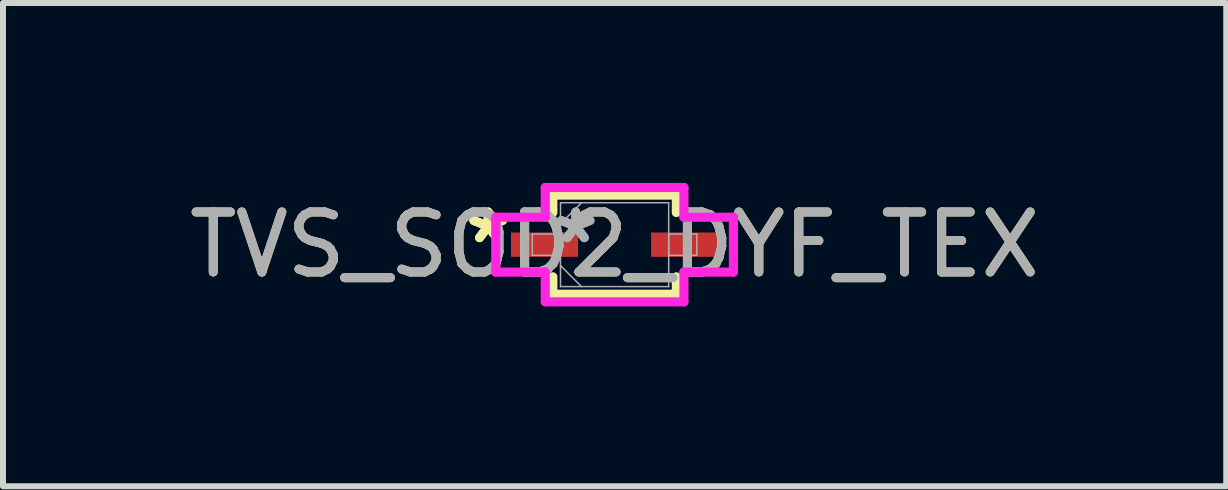
<source format=kicad_pcb>
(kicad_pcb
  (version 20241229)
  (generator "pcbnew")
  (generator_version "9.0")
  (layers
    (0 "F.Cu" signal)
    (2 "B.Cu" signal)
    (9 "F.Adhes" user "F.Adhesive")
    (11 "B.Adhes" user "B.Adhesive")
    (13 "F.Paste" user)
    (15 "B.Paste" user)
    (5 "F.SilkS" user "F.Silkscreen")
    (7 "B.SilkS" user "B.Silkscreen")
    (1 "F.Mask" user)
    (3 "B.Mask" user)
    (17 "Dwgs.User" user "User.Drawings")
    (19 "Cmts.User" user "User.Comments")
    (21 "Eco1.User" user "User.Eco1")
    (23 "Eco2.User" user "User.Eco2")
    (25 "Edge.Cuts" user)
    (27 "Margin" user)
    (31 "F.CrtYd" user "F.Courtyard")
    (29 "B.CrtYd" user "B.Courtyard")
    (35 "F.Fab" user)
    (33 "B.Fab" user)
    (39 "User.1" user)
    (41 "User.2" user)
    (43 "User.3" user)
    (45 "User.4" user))
  (footprint "TVS_SOD2_DYF_TEX"
    (layer "F.Cu")
    (at 7.196 1.029)
    (property "Reference" "TVS_SOD2_DYF_TEX" (at 0 0 0) (unlocked yes) (layer "F.SilkS") (effects (font (size 1 1) (thickness 0.15))))
    (attr smd)
    (fp_line (start -1.029 -0.826) (end -1.029 -0.536) (stroke (width 0.152) (type solid)) (layer "F.SilkS"))
    (fp_line (start -1.029 0.536) (end -1.029 0.826) (stroke (width 0.152) (type solid)) (layer "F.SilkS"))
    (fp_line (start -1.029 0.826) (end 1.029 0.826) (stroke (width 0.152) (type solid)) (layer "F.SilkS"))
    (fp_line (start 1.029 -0.826) (end -1.029 -0.826) (stroke (width 0.152) (type solid)) (layer "F.SilkS"))
    (fp_line (start 1.029 -0.536) (end 1.029 -0.826) (stroke (width 0.152) (type solid)) (layer "F.SilkS"))
    (fp_line (start 1.029 0.826) (end 1.029 0.536) (stroke (width 0.152) (type solid)) (layer "F.SilkS"))
    (fp_line (start -1.981 -0.457) (end -1.156 -0.457) (stroke (width 0.152) (type solid)) (layer "F.CrtYd"))
    (fp_line (start -1.981 0.457) (end -1.981 -0.457) (stroke (width 0.152) (type solid)) (layer "F.CrtYd"))
    (fp_line (start -1.156 -0.953) (end 1.156 -0.953) (stroke (width 0.152) (type solid)) (layer "F.CrtYd"))
    (fp_line (start -1.156 -0.457) (end -1.156 -0.953) (stroke (width 0.152) (type solid)) (layer "F.CrtYd"))
    (fp_line (start -1.156 0.457) (end -1.981 0.457) (stroke (width 0.152) (type solid)) (layer "F.CrtYd"))
    (fp_line (start -1.156 0.953) (end -1.156 0.457) (stroke (width 0.152) (type solid)) (layer "F.CrtYd"))
    (fp_line (start 1.156 -0.953) (end 1.156 -0.457) (stroke (width 0.152) (type solid)) (layer "F.CrtYd"))
    (fp_line (start 1.156 -0.457) (end 1.981 -0.457) (stroke (width 0.152) (type solid)) (layer "F.CrtYd"))
    (fp_line (start 1.156 0.457) (end 1.156 0.953) (stroke (width 0.152) (type solid)) (layer "F.CrtYd"))
    (fp_line (start 1.156 0.953) (end -1.156 0.953) (stroke (width 0.152) (type solid)) (layer "F.CrtYd"))
    (fp_line (start 1.981 -0.457) (end 1.981 0.457) (stroke (width 0.152) (type solid)) (layer "F.CrtYd"))
    (fp_line (start 1.981 0.457) (end 1.156 0.457) (stroke (width 0.152) (type solid)) (layer "F.CrtYd"))
    (fp_line (start -1.372 -0.178) (end -1.372 0.178) (stroke (width 0.025) (type solid)) (layer "F.Fab"))
    (fp_line (start -1.372 0.178) (end -0.902 0.178) (stroke (width 0.025) (type solid)) (layer "F.Fab"))
    (fp_line (start -0.902 -0.699) (end -0.902 0.699) (stroke (width 0.025) (type solid)) (layer "F.Fab"))
    (fp_line (start -0.902 -0.349) (end -0.552 -0.699) (stroke (width 0.025) (type solid)) (layer "F.Fab"))
    (fp_line (start -0.902 -0.178) (end -1.372 -0.178) (stroke (width 0.025) (type solid)) (layer "F.Fab"))
    (fp_line (start -0.902 0.178) (end -0.902 -0.178) (stroke (width 0.025) (type solid)) (layer "F.Fab"))
    (fp_line (start -0.902 0.349) (end -0.552 0.699) (stroke (width 0.025) (type solid)) (layer "F.Fab"))
    (fp_line (start -0.902 0.699) (end 0.902 0.699) (stroke (width 0.025) (type solid)) (layer "F.Fab"))
    (fp_line (start 0.902 -0.699) (end -0.902 -0.699) (stroke (width 0.025) (type solid)) (layer "F.Fab"))
    (fp_line (start 0.902 -0.178) (end 0.902 0.178) (stroke (width 0.025) (type solid)) (layer "F.Fab"))
    (fp_line (start 0.902 0.178) (end 1.372 0.178) (stroke (width 0.025) (type solid)) (layer "F.Fab"))
    (fp_line (start 0.902 0.699) (end 0.902 -0.699) (stroke (width 0.025) (type solid)) (layer "F.Fab"))
    (fp_line (start 1.372 -0.178) (end 0.902 -0.178) (stroke (width 0.025) (type solid)) (layer "F.Fab"))
    (fp_line (start 1.372 0.178) (end 1.372 -0.178) (stroke (width 0.025) (type solid)) (layer "F.Fab"))
    (fp_text user "*" (at -2.108 0 0) (layer "F.SilkS") (effects (font (size 1 1) (thickness 0.15))))
    (fp_text user "*" (at -2.108 0 0) (unlocked yes) (layer "F.SilkS") (effects (font (size 1 1) (thickness 0.15))))
    (fp_text user "*" (at -0.648 0 0) (layer "F.Fab") (effects (font (size 1 1) (thickness 0.15))))
    (fp_text user "${REFERENCE}" (at 0 0 0) (unlocked yes) (layer "F.Fab") (effects (font (size 1 1) (thickness 0.15))))
    (fp_text user "*" (at -0.648 0 0) (unlocked yes) (layer "F.Fab") (effects (font (size 1 1) (thickness 0.15))))
    (pad "1" smd rect (at -1.168 0) (size 1.118 0.406) (layers "F.Cu" "F.Mask" "F.Paste"))
    (pad "2" smd rect (at 1.168 0) (size 1.118 0.406) (layers "F.Cu" "F.Mask" "F.Paste")))
  (gr_rect
    (start -3 -3)
    (end 17.393 5.057)
    (stroke (width 0.1) (type default))
    (fill no)
    (layer "Edge.Cuts")))
</source>
